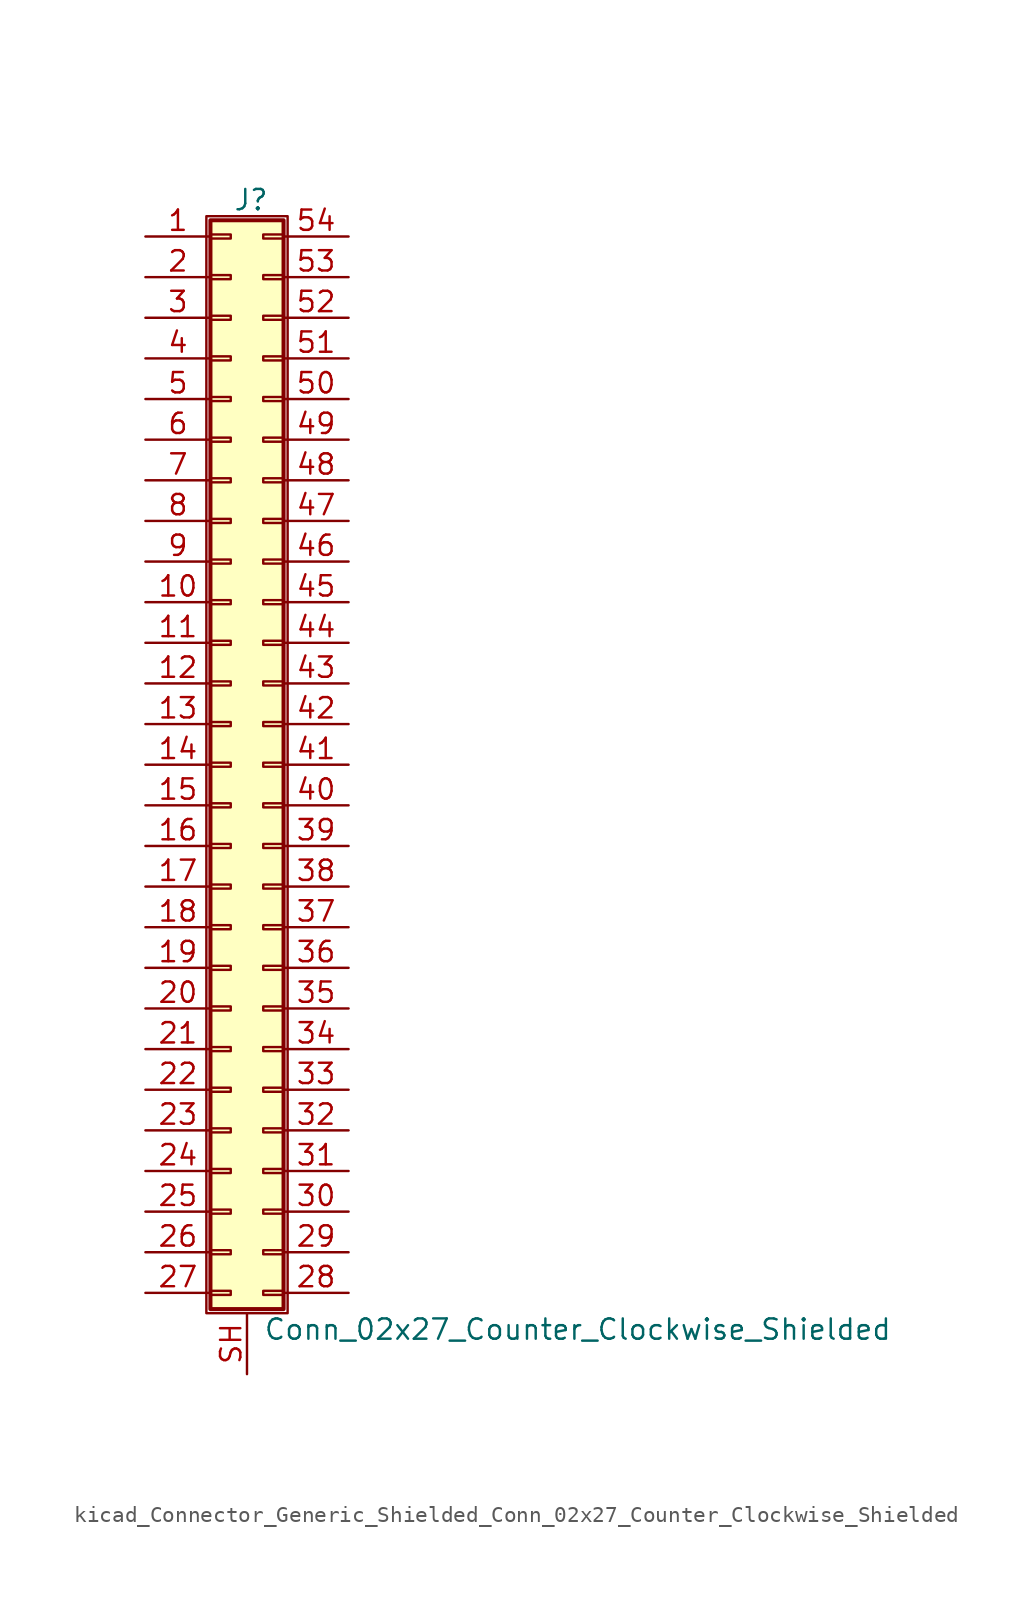
<source format=kicad_sym>
(kicad_symbol_lib
  (version 20220914)
  (generator kicad_symbol_editor)
  (symbol "kicad_Connector_Generic_Shielded_Conn_02x27_Counter_Clockwise_Shielded"
    (pin_names
      (offset 1.016) hide)
    (property "Reference" "J"
      (at 1.524 35.306 0)
      (effects (font (size 1.27 1.27))))
    (property "Value" "Conn_02x27_Counter_Clockwise_Shielded"
      (at 2.286 -35.306 0)
      (effects (font (size 1.27 1.27)) (justify left)))
    (symbol "kicad_Connector_Generic_Shielded_Conn_02x27_Counter_Clockwise_Shielded_1_1"
      (rectangle (start -1.27 34.29) (end 3.81 -34.29) (stroke (width 0.152) (type default)) (fill (type none)))
      (rectangle (start -1.016 -32.893) (end 0.254 -33.147) (stroke (width 0.152) (type default)) (fill (type none)))
      (rectangle (start -1.016 -30.353) (end 0.254 -30.607) (stroke (width 0.152) (type default)) (fill (type none)))
      (rectangle (start -1.016 -27.813) (end 0.254 -28.067) (stroke (width 0.152) (type default)) (fill (type none)))
      (rectangle (start -1.016 -25.273) (end 0.254 -25.527) (stroke (width 0.152) (type default)) (fill (type none)))
      (rectangle (start -1.016 -22.733) (end 0.254 -22.987) (stroke (width 0.152) (type default)) (fill (type none)))
      (rectangle (start -1.016 -20.193) (end 0.254 -20.447) (stroke (width 0.152) (type default)) (fill (type none)))
      (rectangle (start -1.016 -17.653) (end 0.254 -17.907) (stroke (width 0.152) (type default)) (fill (type none)))
      (rectangle (start -1.016 -15.113) (end 0.254 -15.367) (stroke (width 0.152) (type default)) (fill (type none)))
      (rectangle (start -1.016 -12.573) (end 0.254 -12.827) (stroke (width 0.152) (type default)) (fill (type none)))
      (rectangle (start -1.016 -10.033) (end 0.254 -10.287) (stroke (width 0.152) (type default)) (fill (type none)))
      (rectangle (start -1.016 -7.493) (end 0.254 -7.747) (stroke (width 0.152) (type default)) (fill (type none)))
      (rectangle (start -1.016 -4.953) (end 0.254 -5.207) (stroke (width 0.152) (type default)) (fill (type none)))
      (rectangle (start -1.016 -2.413) (end 0.254 -2.667) (stroke (width 0.152) (type default)) (fill (type none)))
      (rectangle (start -1.016 0.127) (end 0.254 -0.127) (stroke (width 0.152) (type default)) (fill (type none)))
      (rectangle (start -1.016 2.667) (end 0.254 2.413) (stroke (width 0.152) (type default)) (fill (type none)))
      (rectangle (start -1.016 5.207) (end 0.254 4.953) (stroke (width 0.152) (type default)) (fill (type none)))
      (rectangle (start -1.016 7.747) (end 0.254 7.493) (stroke (width 0.152) (type default)) (fill (type none)))
      (rectangle (start -1.016 10.287) (end 0.254 10.033) (stroke (width 0.152) (type default)) (fill (type none)))
      (rectangle (start -1.016 12.827) (end 0.254 12.573) (stroke (width 0.152) (type default)) (fill (type none)))
      (rectangle (start -1.016 15.367) (end 0.254 15.113) (stroke (width 0.152) (type default)) (fill (type none)))
      (rectangle (start -1.016 17.907) (end 0.254 17.653) (stroke (width 0.152) (type default)) (fill (type none)))
      (rectangle (start -1.016 20.447) (end 0.254 20.193) (stroke (width 0.152) (type default)) (fill (type none)))
      (rectangle (start -1.016 22.987) (end 0.254 22.733) (stroke (width 0.152) (type default)) (fill (type none)))
      (rectangle (start -1.016 25.527) (end 0.254 25.273) (stroke (width 0.152) (type default)) (fill (type none)))
      (rectangle (start -1.016 28.067) (end 0.254 27.813) (stroke (width 0.152) (type default)) (fill (type none)))
      (rectangle (start -1.016 30.607) (end 0.254 30.353) (stroke (width 0.152) (type default)) (fill (type none)))
      (rectangle (start -1.016 33.147) (end 0.254 32.893) (stroke (width 0.152) (type default)) (fill (type none)))
      (rectangle (start -1.016 34.036) (end 3.556 -34.036) (stroke (width 0.254) (type default)) (fill (type background)))
      (rectangle (start 3.556 -32.893) (end 2.286 -33.147) (stroke (width 0.152) (type default)) (fill (type none)))
      (rectangle (start 3.556 -30.353) (end 2.286 -30.607) (stroke (width 0.152) (type default)) (fill (type none)))
      (rectangle (start 3.556 -27.813) (end 2.286 -28.067) (stroke (width 0.152) (type default)) (fill (type none)))
      (rectangle (start 3.556 -25.273) (end 2.286 -25.527) (stroke (width 0.152) (type default)) (fill (type none)))
      (rectangle (start 3.556 -22.733) (end 2.286 -22.987) (stroke (width 0.152) (type default)) (fill (type none)))
      (rectangle (start 3.556 -20.193) (end 2.286 -20.447) (stroke (width 0.152) (type default)) (fill (type none)))
      (rectangle (start 3.556 -17.653) (end 2.286 -17.907) (stroke (width 0.152) (type default)) (fill (type none)))
      (rectangle (start 3.556 -15.113) (end 2.286 -15.367) (stroke (width 0.152) (type default)) (fill (type none)))
      (rectangle (start 3.556 -12.573) (end 2.286 -12.827) (stroke (width 0.152) (type default)) (fill (type none)))
      (rectangle (start 3.556 -10.033) (end 2.286 -10.287) (stroke (width 0.152) (type default)) (fill (type none)))
      (rectangle (start 3.556 -7.493) (end 2.286 -7.747) (stroke (width 0.152) (type default)) (fill (type none)))
      (rectangle (start 3.556 -4.953) (end 2.286 -5.207) (stroke (width 0.152) (type default)) (fill (type none)))
      (rectangle (start 3.556 -2.413) (end 2.286 -2.667) (stroke (width 0.152) (type default)) (fill (type none)))
      (rectangle (start 3.556 0.127) (end 2.286 -0.127) (stroke (width 0.152) (type default)) (fill (type none)))
      (rectangle (start 3.556 2.667) (end 2.286 2.413) (stroke (width 0.152) (type default)) (fill (type none)))
      (rectangle (start 3.556 5.207) (end 2.286 4.953) (stroke (width 0.152) (type default)) (fill (type none)))
      (rectangle (start 3.556 7.747) (end 2.286 7.493) (stroke (width 0.152) (type default)) (fill (type none)))
      (rectangle (start 3.556 10.287) (end 2.286 10.033) (stroke (width 0.152) (type default)) (fill (type none)))
      (rectangle (start 3.556 12.827) (end 2.286 12.573) (stroke (width 0.152) (type default)) (fill (type none)))
      (rectangle (start 3.556 15.367) (end 2.286 15.113) (stroke (width 0.152) (type default)) (fill (type none)))
      (rectangle (start 3.556 17.907) (end 2.286 17.653) (stroke (width 0.152) (type default)) (fill (type none)))
      (rectangle (start 3.556 20.447) (end 2.286 20.193) (stroke (width 0.152) (type default)) (fill (type none)))
      (rectangle (start 3.556 22.987) (end 2.286 22.733) (stroke (width 0.152) (type default)) (fill (type none)))
      (rectangle (start 3.556 25.527) (end 2.286 25.273) (stroke (width 0.152) (type default)) (fill (type none)))
      (rectangle (start 3.556 28.067) (end 2.286 27.813) (stroke (width 0.152) (type default)) (fill (type none)))
      (rectangle (start 3.556 30.607) (end 2.286 30.353) (stroke (width 0.152) (type default)) (fill (type none)))
      (rectangle (start 3.556 33.147) (end 2.286 32.893) (stroke (width 0.152) (type default)) (fill (type none)))
      (pin passive line (at -5.08 33.02 0) (length 4.064) (name "Pin_1" (effects (font (size 1.27 1.27)))) (number "1" (effects (font (size 1.27 1.27)))))
      (pin passive line (at -5.08 10.16 0) (length 4.064) (name "Pin_10" (effects (font (size 1.27 1.27)))) (number "10" (effects (font (size 1.27 1.27)))))
      (pin passive line (at -5.08 7.62 0) (length 4.064) (name "Pin_11" (effects (font (size 1.27 1.27)))) (number "11" (effects (font (size 1.27 1.27)))))
      (pin passive line (at -5.08 5.08 0) (length 4.064) (name "Pin_12" (effects (font (size 1.27 1.27)))) (number "12" (effects (font (size 1.27 1.27)))))
      (pin passive line (at -5.08 2.54 0) (length 4.064) (name "Pin_13" (effects (font (size 1.27 1.27)))) (number "13" (effects (font (size 1.27 1.27)))))
      (pin passive line (at -5.08 0 0) (length 4.064) (name "Pin_14" (effects (font (size 1.27 1.27)))) (number "14" (effects (font (size 1.27 1.27)))))
      (pin passive line (at -5.08 -2.54 0) (length 4.064) (name "Pin_15" (effects (font (size 1.27 1.27)))) (number "15" (effects (font (size 1.27 1.27)))))
      (pin passive line (at -5.08 -5.08 0) (length 4.064) (name "Pin_16" (effects (font (size 1.27 1.27)))) (number "16" (effects (font (size 1.27 1.27)))))
      (pin passive line (at -5.08 -7.62 0) (length 4.064) (name "Pin_17" (effects (font (size 1.27 1.27)))) (number "17" (effects (font (size 1.27 1.27)))))
      (pin passive line (at -5.08 -10.16 0) (length 4.064) (name "Pin_18" (effects (font (size 1.27 1.27)))) (number "18" (effects (font (size 1.27 1.27)))))
      (pin passive line (at -5.08 -12.7 0) (length 4.064) (name "Pin_19" (effects (font (size 1.27 1.27)))) (number "19" (effects (font (size 1.27 1.27)))))
      (pin passive line (at -5.08 30.48 0) (length 4.064) (name "Pin_2" (effects (font (size 1.27 1.27)))) (number "2" (effects (font (size 1.27 1.27)))))
      (pin passive line (at -5.08 -15.24 0) (length 4.064) (name "Pin_20" (effects (font (size 1.27 1.27)))) (number "20" (effects (font (size 1.27 1.27)))))
      (pin passive line (at -5.08 -17.78 0) (length 4.064) (name "Pin_21" (effects (font (size 1.27 1.27)))) (number "21" (effects (font (size 1.27 1.27)))))
      (pin passive line (at -5.08 -20.32 0) (length 4.064) (name "Pin_22" (effects (font (size 1.27 1.27)))) (number "22" (effects (font (size 1.27 1.27)))))
      (pin passive line (at -5.08 -22.86 0) (length 4.064) (name "Pin_23" (effects (font (size 1.27 1.27)))) (number "23" (effects (font (size 1.27 1.27)))))
      (pin passive line (at -5.08 -25.4 0) (length 4.064) (name "Pin_24" (effects (font (size 1.27 1.27)))) (number "24" (effects (font (size 1.27 1.27)))))
      (pin passive line (at -5.08 -27.94 0) (length 4.064) (name "Pin_25" (effects (font (size 1.27 1.27)))) (number "25" (effects (font (size 1.27 1.27)))))
      (pin passive line (at -5.08 -30.48 0) (length 4.064) (name "Pin_26" (effects (font (size 1.27 1.27)))) (number "26" (effects (font (size 1.27 1.27)))))
      (pin passive line (at -5.08 -33.02 0) (length 4.064) (name "Pin_27" (effects (font (size 1.27 1.27)))) (number "27" (effects (font (size 1.27 1.27)))))
      (pin passive line (at 7.62 -33.02 180) (length 4.064) (name "Pin_28" (effects (font (size 1.27 1.27)))) (number "28" (effects (font (size 1.27 1.27)))))
      (pin passive line (at 7.62 -30.48 180) (length 4.064) (name "Pin_29" (effects (font (size 1.27 1.27)))) (number "29" (effects (font (size 1.27 1.27)))))
      (pin passive line (at -5.08 27.94 0) (length 4.064) (name "Pin_3" (effects (font (size 1.27 1.27)))) (number "3" (effects (font (size 1.27 1.27)))))
      (pin passive line (at 7.62 -27.94 180) (length 4.064) (name "Pin_30" (effects (font (size 1.27 1.27)))) (number "30" (effects (font (size 1.27 1.27)))))
      (pin passive line (at 7.62 -25.4 180) (length 4.064) (name "Pin_31" (effects (font (size 1.27 1.27)))) (number "31" (effects (font (size 1.27 1.27)))))
      (pin passive line (at 7.62 -22.86 180) (length 4.064) (name "Pin_32" (effects (font (size 1.27 1.27)))) (number "32" (effects (font (size 1.27 1.27)))))
      (pin passive line (at 7.62 -20.32 180) (length 4.064) (name "Pin_33" (effects (font (size 1.27 1.27)))) (number "33" (effects (font (size 1.27 1.27)))))
      (pin passive line (at 7.62 -17.78 180) (length 4.064) (name "Pin_34" (effects (font (size 1.27 1.27)))) (number "34" (effects (font (size 1.27 1.27)))))
      (pin passive line (at 7.62 -15.24 180) (length 4.064) (name "Pin_35" (effects (font (size 1.27 1.27)))) (number "35" (effects (font (size 1.27 1.27)))))
      (pin passive line (at 7.62 -12.7 180) (length 4.064) (name "Pin_36" (effects (font (size 1.27 1.27)))) (number "36" (effects (font (size 1.27 1.27)))))
      (pin passive line (at 7.62 -10.16 180) (length 4.064) (name "Pin_37" (effects (font (size 1.27 1.27)))) (number "37" (effects (font (size 1.27 1.27)))))
      (pin passive line (at 7.62 -7.62 180) (length 4.064) (name "Pin_38" (effects (font (size 1.27 1.27)))) (number "38" (effects (font (size 1.27 1.27)))))
      (pin passive line (at 7.62 -5.08 180) (length 4.064) (name "Pin_39" (effects (font (size 1.27 1.27)))) (number "39" (effects (font (size 1.27 1.27)))))
      (pin passive line (at -5.08 25.4 0) (length 4.064) (name "Pin_4" (effects (font (size 1.27 1.27)))) (number "4" (effects (font (size 1.27 1.27)))))
      (pin passive line (at 7.62 -2.54 180) (length 4.064) (name "Pin_40" (effects (font (size 1.27 1.27)))) (number "40" (effects (font (size 1.27 1.27)))))
      (pin passive line (at 7.62 0 180) (length 4.064) (name "Pin_41" (effects (font (size 1.27 1.27)))) (number "41" (effects (font (size 1.27 1.27)))))
      (pin passive line (at 7.62 2.54 180) (length 4.064) (name "Pin_42" (effects (font (size 1.27 1.27)))) (number "42" (effects (font (size 1.27 1.27)))))
      (pin passive line (at 7.62 5.08 180) (length 4.064) (name "Pin_43" (effects (font (size 1.27 1.27)))) (number "43" (effects (font (size 1.27 1.27)))))
      (pin passive line (at 7.62 7.62 180) (length 4.064) (name "Pin_44" (effects (font (size 1.27 1.27)))) (number "44" (effects (font (size 1.27 1.27)))))
      (pin passive line (at 7.62 10.16 180) (length 4.064) (name "Pin_45" (effects (font (size 1.27 1.27)))) (number "45" (effects (font (size 1.27 1.27)))))
      (pin passive line (at 7.62 12.7 180) (length 4.064) (name "Pin_46" (effects (font (size 1.27 1.27)))) (number "46" (effects (font (size 1.27 1.27)))))
      (pin passive line (at 7.62 15.24 180) (length 4.064) (name "Pin_47" (effects (font (size 1.27 1.27)))) (number "47" (effects (font (size 1.27 1.27)))))
      (pin passive line (at 7.62 17.78 180) (length 4.064) (name "Pin_48" (effects (font (size 1.27 1.27)))) (number "48" (effects (font (size 1.27 1.27)))))
      (pin passive line (at 7.62 20.32 180) (length 4.064) (name "Pin_49" (effects (font (size 1.27 1.27)))) (number "49" (effects (font (size 1.27 1.27)))))
      (pin passive line (at -5.08 22.86 0) (length 4.064) (name "Pin_5" (effects (font (size 1.27 1.27)))) (number "5" (effects (font (size 1.27 1.27)))))
      (pin passive line (at 7.62 22.86 180) (length 4.064) (name "Pin_50" (effects (font (size 1.27 1.27)))) (number "50" (effects (font (size 1.27 1.27)))))
      (pin passive line (at 7.62 25.4 180) (length 4.064) (name "Pin_51" (effects (font (size 1.27 1.27)))) (number "51" (effects (font (size 1.27 1.27)))))
      (pin passive line (at 7.62 27.94 180) (length 4.064) (name "Pin_52" (effects (font (size 1.27 1.27)))) (number "52" (effects (font (size 1.27 1.27)))))
      (pin passive line (at 7.62 30.48 180) (length 4.064) (name "Pin_53" (effects (font (size 1.27 1.27)))) (number "53" (effects (font (size 1.27 1.27)))))
      (pin passive line (at 7.62 33.02 180) (length 4.064) (name "Pin_54" (effects (font (size 1.27 1.27)))) (number "54" (effects (font (size 1.27 1.27)))))
      (pin passive line (at -5.08 20.32 0) (length 4.064) (name "Pin_6" (effects (font (size 1.27 1.27)))) (number "6" (effects (font (size 1.27 1.27)))))
      (pin passive line (at -5.08 17.78 0) (length 4.064) (name "Pin_7" (effects (font (size 1.27 1.27)))) (number "7" (effects (font (size 1.27 1.27)))))
      (pin passive line (at -5.08 15.24 0) (length 4.064) (name "Pin_8" (effects (font (size 1.27 1.27)))) (number "8" (effects (font (size 1.27 1.27)))))
      (pin passive line (at -5.08 12.7 0) (length 4.064) (name "Pin_9" (effects (font (size 1.27 1.27)))) (number "9" (effects (font (size 1.27 1.27)))))
      (pin passive line (at 1.27 -38.1 90) (length 3.81) (name "Shield" (effects (font (size 1.27 1.27)))) (number "SH" (effects (font (size 1.27 1.27))))))))
</source>
